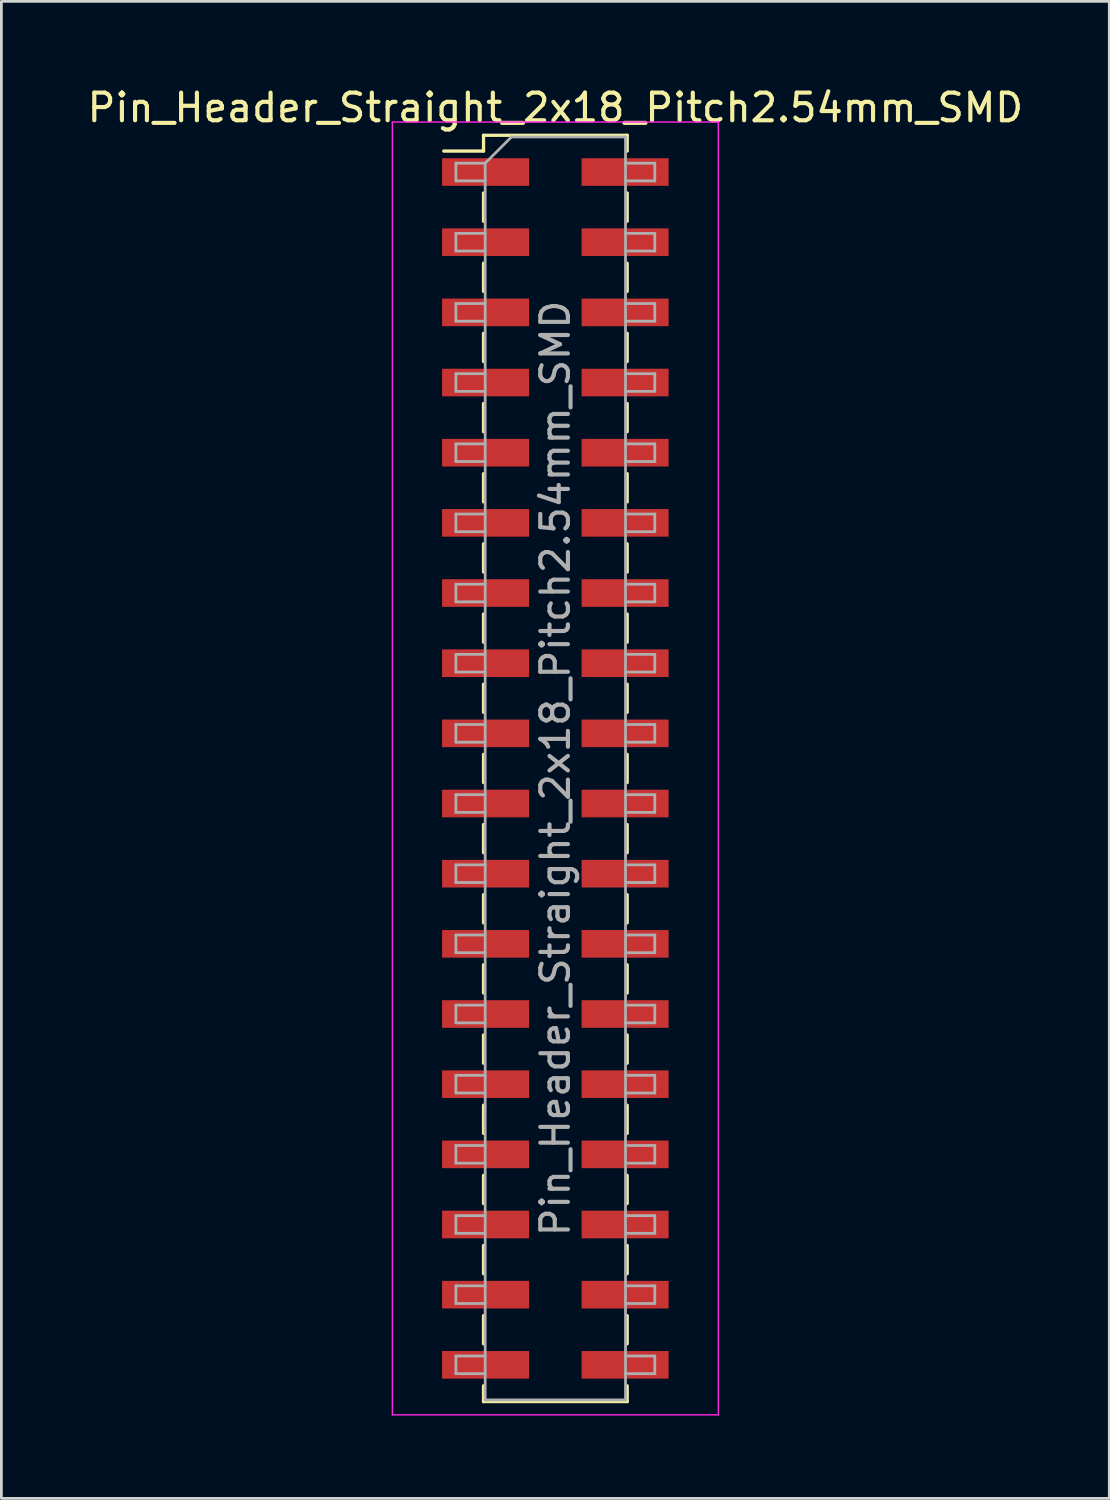
<source format=kicad_pcb>
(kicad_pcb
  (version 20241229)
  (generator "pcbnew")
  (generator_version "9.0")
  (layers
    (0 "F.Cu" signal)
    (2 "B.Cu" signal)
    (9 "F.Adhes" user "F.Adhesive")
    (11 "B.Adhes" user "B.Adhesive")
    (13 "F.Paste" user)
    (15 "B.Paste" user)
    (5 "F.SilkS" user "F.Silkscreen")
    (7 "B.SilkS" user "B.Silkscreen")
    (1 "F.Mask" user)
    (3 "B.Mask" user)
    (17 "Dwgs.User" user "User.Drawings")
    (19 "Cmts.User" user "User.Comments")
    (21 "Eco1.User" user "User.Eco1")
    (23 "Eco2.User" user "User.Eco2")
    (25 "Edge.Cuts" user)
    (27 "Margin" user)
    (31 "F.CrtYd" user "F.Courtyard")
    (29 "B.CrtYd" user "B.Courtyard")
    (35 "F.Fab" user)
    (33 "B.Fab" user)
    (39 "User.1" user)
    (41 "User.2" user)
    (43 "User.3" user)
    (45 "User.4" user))
  (footprint "Pin_Header_Straight_2x18_Pitch2.54mm_SMD"
    (layer "F.Cu")
    (at 17.054 24.768)
    (property "Reference" "Pin_Header_Straight_2x18_Pitch2.54mm_SMD" (at 0 -23.92 0) (layer "F.SilkS") (effects (font (size 1 1) (thickness 0.15))))
    (attr smd)
    (fp_line (start -4.04 -22.35) (end -2.6 -22.35) (stroke (width 0.12) (type solid)) (layer "F.SilkS"))
    (fp_line (start -2.6 -22.92) (end -2.6 -22.35) (stroke (width 0.12) (type solid)) (layer "F.SilkS"))
    (fp_line (start -2.6 -22.92) (end 2.6 -22.92) (stroke (width 0.12) (type solid)) (layer "F.SilkS"))
    (fp_line (start -2.6 -20.83) (end -2.6 -19.81) (stroke (width 0.12) (type solid)) (layer "F.SilkS"))
    (fp_line (start -2.6 -18.29) (end -2.6 -17.27) (stroke (width 0.12) (type solid)) (layer "F.SilkS"))
    (fp_line (start -2.6 -15.75) (end -2.6 -14.73) (stroke (width 0.12) (type solid)) (layer "F.SilkS"))
    (fp_line (start -2.6 -13.21) (end -2.6 -12.19) (stroke (width 0.12) (type solid)) (layer "F.SilkS"))
    (fp_line (start -2.6 -10.67) (end -2.6 -9.65) (stroke (width 0.12) (type solid)) (layer "F.SilkS"))
    (fp_line (start -2.6 -8.13) (end -2.6 -7.11) (stroke (width 0.12) (type solid)) (layer "F.SilkS"))
    (fp_line (start -2.6 -5.59) (end -2.6 -4.57) (stroke (width 0.12) (type solid)) (layer "F.SilkS"))
    (fp_line (start -2.6 -3.05) (end -2.6 -2.03) (stroke (width 0.12) (type solid)) (layer "F.SilkS"))
    (fp_line (start -2.6 -0.51) (end -2.6 0.51) (stroke (width 0.12) (type solid)) (layer "F.SilkS"))
    (fp_line (start -2.6 2.03) (end -2.6 3.05) (stroke (width 0.12) (type solid)) (layer "F.SilkS"))
    (fp_line (start -2.6 4.57) (end -2.6 5.59) (stroke (width 0.12) (type solid)) (layer "F.SilkS"))
    (fp_line (start -2.6 7.11) (end -2.6 8.13) (stroke (width 0.12) (type solid)) (layer "F.SilkS"))
    (fp_line (start -2.6 9.65) (end -2.6 10.67) (stroke (width 0.12) (type solid)) (layer "F.SilkS"))
    (fp_line (start -2.6 12.19) (end -2.6 13.21) (stroke (width 0.12) (type solid)) (layer "F.SilkS"))
    (fp_line (start -2.6 14.73) (end -2.6 15.75) (stroke (width 0.12) (type solid)) (layer "F.SilkS"))
    (fp_line (start -2.6 17.27) (end -2.6 18.29) (stroke (width 0.12) (type solid)) (layer "F.SilkS"))
    (fp_line (start -2.6 19.81) (end -2.6 20.83) (stroke (width 0.12) (type solid)) (layer "F.SilkS"))
    (fp_line (start -2.6 22.35) (end -2.6 22.92) (stroke (width 0.12) (type solid)) (layer "F.SilkS"))
    (fp_line (start -2.6 22.92) (end 2.6 22.92) (stroke (width 0.12) (type solid)) (layer "F.SilkS"))
    (fp_line (start 2.6 -22.92) (end 2.6 -22.35) (stroke (width 0.12) (type solid)) (layer "F.SilkS"))
    (fp_line (start 2.6 -20.83) (end 2.6 -19.81) (stroke (width 0.12) (type solid)) (layer "F.SilkS"))
    (fp_line (start 2.6 -18.29) (end 2.6 -17.27) (stroke (width 0.12) (type solid)) (layer "F.SilkS"))
    (fp_line (start 2.6 -15.75) (end 2.6 -14.73) (stroke (width 0.12) (type solid)) (layer "F.SilkS"))
    (fp_line (start 2.6 -13.21) (end 2.6 -12.19) (stroke (width 0.12) (type solid)) (layer "F.SilkS"))
    (fp_line (start 2.6 -10.67) (end 2.6 -9.65) (stroke (width 0.12) (type solid)) (layer "F.SilkS"))
    (fp_line (start 2.6 -8.13) (end 2.6 -7.11) (stroke (width 0.12) (type solid)) (layer "F.SilkS"))
    (fp_line (start 2.6 -5.59) (end 2.6 -4.57) (stroke (width 0.12) (type solid)) (layer "F.SilkS"))
    (fp_line (start 2.6 -3.05) (end 2.6 -2.03) (stroke (width 0.12) (type solid)) (layer "F.SilkS"))
    (fp_line (start 2.6 -0.51) (end 2.6 0.51) (stroke (width 0.12) (type solid)) (layer "F.SilkS"))
    (fp_line (start 2.6 2.03) (end 2.6 3.05) (stroke (width 0.12) (type solid)) (layer "F.SilkS"))
    (fp_line (start 2.6 4.57) (end 2.6 5.59) (stroke (width 0.12) (type solid)) (layer "F.SilkS"))
    (fp_line (start 2.6 7.11) (end 2.6 8.13) (stroke (width 0.12) (type solid)) (layer "F.SilkS"))
    (fp_line (start 2.6 9.65) (end 2.6 10.67) (stroke (width 0.12) (type solid)) (layer "F.SilkS"))
    (fp_line (start 2.6 12.19) (end 2.6 13.21) (stroke (width 0.12) (type solid)) (layer "F.SilkS"))
    (fp_line (start 2.6 14.73) (end 2.6 15.75) (stroke (width 0.12) (type solid)) (layer "F.SilkS"))
    (fp_line (start 2.6 17.27) (end 2.6 18.29) (stroke (width 0.12) (type solid)) (layer "F.SilkS"))
    (fp_line (start 2.6 19.81) (end 2.6 20.83) (stroke (width 0.12) (type solid)) (layer "F.SilkS"))
    (fp_line (start 2.6 22.35) (end 2.6 22.92) (stroke (width 0.12) (type solid)) (layer "F.SilkS"))
    (fp_line (start -5.9 -23.4) (end -5.9 23.4) (stroke (width 0.05) (type solid)) (layer "F.CrtYd"))
    (fp_line (start -5.9 23.4) (end 5.9 23.4) (stroke (width 0.05) (type solid)) (layer "F.CrtYd"))
    (fp_line (start 5.9 -23.4) (end -5.9 -23.4) (stroke (width 0.05) (type solid)) (layer "F.CrtYd"))
    (fp_line (start 5.9 23.4) (end 5.9 -23.4) (stroke (width 0.05) (type solid)) (layer "F.CrtYd"))
    (fp_line (start -3.6 -21.91) (end -3.6 -21.27) (stroke (width 0.1) (type solid)) (layer "F.Fab"))
    (fp_line (start -3.6 -21.27) (end -2.54 -21.27) (stroke (width 0.1) (type solid)) (layer "F.Fab"))
    (fp_line (start -3.6 -19.37) (end -3.6 -18.73) (stroke (width 0.1) (type solid)) (layer "F.Fab"))
    (fp_line (start -3.6 -18.73) (end -2.54 -18.73) (stroke (width 0.1) (type solid)) (layer "F.Fab"))
    (fp_line (start -3.6 -16.83) (end -3.6 -16.19) (stroke (width 0.1) (type solid)) (layer "F.Fab"))
    (fp_line (start -3.6 -16.19) (end -2.54 -16.19) (stroke (width 0.1) (type solid)) (layer "F.Fab"))
    (fp_line (start -3.6 -14.29) (end -3.6 -13.65) (stroke (width 0.1) (type solid)) (layer "F.Fab"))
    (fp_line (start -3.6 -13.65) (end -2.54 -13.65) (stroke (width 0.1) (type solid)) (layer "F.Fab"))
    (fp_line (start -3.6 -11.75) (end -3.6 -11.11) (stroke (width 0.1) (type solid)) (layer "F.Fab"))
    (fp_line (start -3.6 -11.11) (end -2.54 -11.11) (stroke (width 0.1) (type solid)) (layer "F.Fab"))
    (fp_line (start -3.6 -9.21) (end -3.6 -8.57) (stroke (width 0.1) (type solid)) (layer "F.Fab"))
    (fp_line (start -3.6 -8.57) (end -2.54 -8.57) (stroke (width 0.1) (type solid)) (layer "F.Fab"))
    (fp_line (start -3.6 -6.67) (end -3.6 -6.03) (stroke (width 0.1) (type solid)) (layer "F.Fab"))
    (fp_line (start -3.6 -6.03) (end -2.54 -6.03) (stroke (width 0.1) (type solid)) (layer "F.Fab"))
    (fp_line (start -3.6 -4.13) (end -3.6 -3.49) (stroke (width 0.1) (type solid)) (layer "F.Fab"))
    (fp_line (start -3.6 -3.49) (end -2.54 -3.49) (stroke (width 0.1) (type solid)) (layer "F.Fab"))
    (fp_line (start -3.6 -1.59) (end -3.6 -0.95) (stroke (width 0.1) (type solid)) (layer "F.Fab"))
    (fp_line (start -3.6 -0.95) (end -2.54 -0.95) (stroke (width 0.1) (type solid)) (layer "F.Fab"))
    (fp_line (start -3.6 0.95) (end -3.6 1.59) (stroke (width 0.1) (type solid)) (layer "F.Fab"))
    (fp_line (start -3.6 1.59) (end -2.54 1.59) (stroke (width 0.1) (type solid)) (layer "F.Fab"))
    (fp_line (start -3.6 3.49) (end -3.6 4.13) (stroke (width 0.1) (type solid)) (layer "F.Fab"))
    (fp_line (start -3.6 4.13) (end -2.54 4.13) (stroke (width 0.1) (type solid)) (layer "F.Fab"))
    (fp_line (start -3.6 6.03) (end -3.6 6.67) (stroke (width 0.1) (type solid)) (layer "F.Fab"))
    (fp_line (start -3.6 6.67) (end -2.54 6.67) (stroke (width 0.1) (type solid)) (layer "F.Fab"))
    (fp_line (start -3.6 8.57) (end -3.6 9.21) (stroke (width 0.1) (type solid)) (layer "F.Fab"))
    (fp_line (start -3.6 9.21) (end -2.54 9.21) (stroke (width 0.1) (type solid)) (layer "F.Fab"))
    (fp_line (start -3.6 11.11) (end -3.6 11.75) (stroke (width 0.1) (type solid)) (layer "F.Fab"))
    (fp_line (start -3.6 11.75) (end -2.54 11.75) (stroke (width 0.1) (type solid)) (layer "F.Fab"))
    (fp_line (start -3.6 13.65) (end -3.6 14.29) (stroke (width 0.1) (type solid)) (layer "F.Fab"))
    (fp_line (start -3.6 14.29) (end -2.54 14.29) (stroke (width 0.1) (type solid)) (layer "F.Fab"))
    (fp_line (start -3.6 16.19) (end -3.6 16.83) (stroke (width 0.1) (type solid)) (layer "F.Fab"))
    (fp_line (start -3.6 16.83) (end -2.54 16.83) (stroke (width 0.1) (type solid)) (layer "F.Fab"))
    (fp_line (start -3.6 18.73) (end -3.6 19.37) (stroke (width 0.1) (type solid)) (layer "F.Fab"))
    (fp_line (start -3.6 19.37) (end -2.54 19.37) (stroke (width 0.1) (type solid)) (layer "F.Fab"))
    (fp_line (start -3.6 21.27) (end -3.6 21.91) (stroke (width 0.1) (type solid)) (layer "F.Fab"))
    (fp_line (start -3.6 21.91) (end -2.54 21.91) (stroke (width 0.1) (type solid)) (layer "F.Fab"))
    (fp_line (start -2.54 -21.91) (end -3.6 -21.91) (stroke (width 0.1) (type solid)) (layer "F.Fab"))
    (fp_line (start -2.54 -21.91) (end -1.59 -22.86) (stroke (width 0.1) (type solid)) (layer "F.Fab"))
    (fp_line (start -2.54 -19.37) (end -3.6 -19.37) (stroke (width 0.1) (type solid)) (layer "F.Fab"))
    (fp_line (start -2.54 -16.83) (end -3.6 -16.83) (stroke (width 0.1) (type solid)) (layer "F.Fab"))
    (fp_line (start -2.54 -14.29) (end -3.6 -14.29) (stroke (width 0.1) (type solid)) (layer "F.Fab"))
    (fp_line (start -2.54 -11.75) (end -3.6 -11.75) (stroke (width 0.1) (type solid)) (layer "F.Fab"))
    (fp_line (start -2.54 -9.21) (end -3.6 -9.21) (stroke (width 0.1) (type solid)) (layer "F.Fab"))
    (fp_line (start -2.54 -6.67) (end -3.6 -6.67) (stroke (width 0.1) (type solid)) (layer "F.Fab"))
    (fp_line (start -2.54 -4.13) (end -3.6 -4.13) (stroke (width 0.1) (type solid)) (layer "F.Fab"))
    (fp_line (start -2.54 -1.59) (end -3.6 -1.59) (stroke (width 0.1) (type solid)) (layer "F.Fab"))
    (fp_line (start -2.54 0.95) (end -3.6 0.95) (stroke (width 0.1) (type solid)) (layer "F.Fab"))
    (fp_line (start -2.54 3.49) (end -3.6 3.49) (stroke (width 0.1) (type solid)) (layer "F.Fab"))
    (fp_line (start -2.54 6.03) (end -3.6 6.03) (stroke (width 0.1) (type solid)) (layer "F.Fab"))
    (fp_line (start -2.54 8.57) (end -3.6 8.57) (stroke (width 0.1) (type solid)) (layer "F.Fab"))
    (fp_line (start -2.54 11.11) (end -3.6 11.11) (stroke (width 0.1) (type solid)) (layer "F.Fab"))
    (fp_line (start -2.54 13.65) (end -3.6 13.65) (stroke (width 0.1) (type solid)) (layer "F.Fab"))
    (fp_line (start -2.54 16.19) (end -3.6 16.19) (stroke (width 0.1) (type solid)) (layer "F.Fab"))
    (fp_line (start -2.54 18.73) (end -3.6 18.73) (stroke (width 0.1) (type solid)) (layer "F.Fab"))
    (fp_line (start -2.54 21.27) (end -3.6 21.27) (stroke (width 0.1) (type solid)) (layer "F.Fab"))
    (fp_line (start -2.54 22.86) (end -2.54 -21.91) (stroke (width 0.1) (type solid)) (layer "F.Fab"))
    (fp_line (start -1.59 -22.86) (end 2.54 -22.86) (stroke (width 0.1) (type solid)) (layer "F.Fab"))
    (fp_line (start 2.54 -22.86) (end 2.54 22.86) (stroke (width 0.1) (type solid)) (layer "F.Fab"))
    (fp_line (start 2.54 -21.91) (end 3.6 -21.91) (stroke (width 0.1) (type solid)) (layer "F.Fab"))
    (fp_line (start 2.54 -19.37) (end 3.6 -19.37) (stroke (width 0.1) (type solid)) (layer "F.Fab"))
    (fp_line (start 2.54 -16.83) (end 3.6 -16.83) (stroke (width 0.1) (type solid)) (layer "F.Fab"))
    (fp_line (start 2.54 -14.29) (end 3.6 -14.29) (stroke (width 0.1) (type solid)) (layer "F.Fab"))
    (fp_line (start 2.54 -11.75) (end 3.6 -11.75) (stroke (width 0.1) (type solid)) (layer "F.Fab"))
    (fp_line (start 2.54 -9.21) (end 3.6 -9.21) (stroke (width 0.1) (type solid)) (layer "F.Fab"))
    (fp_line (start 2.54 -6.67) (end 3.6 -6.67) (stroke (width 0.1) (type solid)) (layer "F.Fab"))
    (fp_line (start 2.54 -4.13) (end 3.6 -4.13) (stroke (width 0.1) (type solid)) (layer "F.Fab"))
    (fp_line (start 2.54 -1.59) (end 3.6 -1.59) (stroke (width 0.1) (type solid)) (layer "F.Fab"))
    (fp_line (start 2.54 0.95) (end 3.6 0.95) (stroke (width 0.1) (type solid)) (layer "F.Fab"))
    (fp_line (start 2.54 3.49) (end 3.6 3.49) (stroke (width 0.1) (type solid)) (layer "F.Fab"))
    (fp_line (start 2.54 6.03) (end 3.6 6.03) (stroke (width 0.1) (type solid)) (layer "F.Fab"))
    (fp_line (start 2.54 8.57) (end 3.6 8.57) (stroke (width 0.1) (type solid)) (layer "F.Fab"))
    (fp_line (start 2.54 11.11) (end 3.6 11.11) (stroke (width 0.1) (type solid)) (layer "F.Fab"))
    (fp_line (start 2.54 13.65) (end 3.6 13.65) (stroke (width 0.1) (type solid)) (layer "F.Fab"))
    (fp_line (start 2.54 16.19) (end 3.6 16.19) (stroke (width 0.1) (type solid)) (layer "F.Fab"))
    (fp_line (start 2.54 18.73) (end 3.6 18.73) (stroke (width 0.1) (type solid)) (layer "F.Fab"))
    (fp_line (start 2.54 21.27) (end 3.6 21.27) (stroke (width 0.1) (type solid)) (layer "F.Fab"))
    (fp_line (start 2.54 22.86) (end -2.54 22.86) (stroke (width 0.1) (type solid)) (layer "F.Fab"))
    (fp_line (start 3.6 -21.91) (end 3.6 -21.27) (stroke (width 0.1) (type solid)) (layer "F.Fab"))
    (fp_line (start 3.6 -21.27) (end 2.54 -21.27) (stroke (width 0.1) (type solid)) (layer "F.Fab"))
    (fp_line (start 3.6 -19.37) (end 3.6 -18.73) (stroke (width 0.1) (type solid)) (layer "F.Fab"))
    (fp_line (start 3.6 -18.73) (end 2.54 -18.73) (stroke (width 0.1) (type solid)) (layer "F.Fab"))
    (fp_line (start 3.6 -16.83) (end 3.6 -16.19) (stroke (width 0.1) (type solid)) (layer "F.Fab"))
    (fp_line (start 3.6 -16.19) (end 2.54 -16.19) (stroke (width 0.1) (type solid)) (layer "F.Fab"))
    (fp_line (start 3.6 -14.29) (end 3.6 -13.65) (stroke (width 0.1) (type solid)) (layer "F.Fab"))
    (fp_line (start 3.6 -13.65) (end 2.54 -13.65) (stroke (width 0.1) (type solid)) (layer "F.Fab"))
    (fp_line (start 3.6 -11.75) (end 3.6 -11.11) (stroke (width 0.1) (type solid)) (layer "F.Fab"))
    (fp_line (start 3.6 -11.11) (end 2.54 -11.11) (stroke (width 0.1) (type solid)) (layer "F.Fab"))
    (fp_line (start 3.6 -9.21) (end 3.6 -8.57) (stroke (width 0.1) (type solid)) (layer "F.Fab"))
    (fp_line (start 3.6 -8.57) (end 2.54 -8.57) (stroke (width 0.1) (type solid)) (layer "F.Fab"))
    (fp_line (start 3.6 -6.67) (end 3.6 -6.03) (stroke (width 0.1) (type solid)) (layer "F.Fab"))
    (fp_line (start 3.6 -6.03) (end 2.54 -6.03) (stroke (width 0.1) (type solid)) (layer "F.Fab"))
    (fp_line (start 3.6 -4.13) (end 3.6 -3.49) (stroke (width 0.1) (type solid)) (layer "F.Fab"))
    (fp_line (start 3.6 -3.49) (end 2.54 -3.49) (stroke (width 0.1) (type solid)) (layer "F.Fab"))
    (fp_line (start 3.6 -1.59) (end 3.6 -0.95) (stroke (width 0.1) (type solid)) (layer "F.Fab"))
    (fp_line (start 3.6 -0.95) (end 2.54 -0.95) (stroke (width 0.1) (type solid)) (layer "F.Fab"))
    (fp_line (start 3.6 0.95) (end 3.6 1.59) (stroke (width 0.1) (type solid)) (layer "F.Fab"))
    (fp_line (start 3.6 1.59) (end 2.54 1.59) (stroke (width 0.1) (type solid)) (layer "F.Fab"))
    (fp_line (start 3.6 3.49) (end 3.6 4.13) (stroke (width 0.1) (type solid)) (layer "F.Fab"))
    (fp_line (start 3.6 4.13) (end 2.54 4.13) (stroke (width 0.1) (type solid)) (layer "F.Fab"))
    (fp_line (start 3.6 6.03) (end 3.6 6.67) (stroke (width 0.1) (type solid)) (layer "F.Fab"))
    (fp_line (start 3.6 6.67) (end 2.54 6.67) (stroke (width 0.1) (type solid)) (layer "F.Fab"))
    (fp_line (start 3.6 8.57) (end 3.6 9.21) (stroke (width 0.1) (type solid)) (layer "F.Fab"))
    (fp_line (start 3.6 9.21) (end 2.54 9.21) (stroke (width 0.1) (type solid)) (layer "F.Fab"))
    (fp_line (start 3.6 11.11) (end 3.6 11.75) (stroke (width 0.1) (type solid)) (layer "F.Fab"))
    (fp_line (start 3.6 11.75) (end 2.54 11.75) (stroke (width 0.1) (type solid)) (layer "F.Fab"))
    (fp_line (start 3.6 13.65) (end 3.6 14.29) (stroke (width 0.1) (type solid)) (layer "F.Fab"))
    (fp_line (start 3.6 14.29) (end 2.54 14.29) (stroke (width 0.1) (type solid)) (layer "F.Fab"))
    (fp_line (start 3.6 16.19) (end 3.6 16.83) (stroke (width 0.1) (type solid)) (layer "F.Fab"))
    (fp_line (start 3.6 16.83) (end 2.54 16.83) (stroke (width 0.1) (type solid)) (layer "F.Fab"))
    (fp_line (start 3.6 18.73) (end 3.6 19.37) (stroke (width 0.1) (type solid)) (layer "F.Fab"))
    (fp_line (start 3.6 19.37) (end 2.54 19.37) (stroke (width 0.1) (type solid)) (layer "F.Fab"))
    (fp_line (start 3.6 21.27) (end 3.6 21.91) (stroke (width 0.1) (type solid)) (layer "F.Fab"))
    (fp_line (start 3.6 21.91) (end 2.54 21.91) (stroke (width 0.1) (type solid)) (layer "F.Fab"))
    (fp_text user "${REFERENCE}" (at 0 0 90) (layer "F.Fab") (effects (font (size 1 1) (thickness 0.15))))
    (pad "1" smd rect (at -2.525 -21.59) (size 3.15 1) (layers "F.Cu" "F.Mask" "F.Paste"))
    (pad "2" smd rect (at 2.525 -21.59) (size 3.15 1) (layers "F.Cu" "F.Mask" "F.Paste"))
    (pad "3" smd rect (at -2.525 -19.05) (size 3.15 1) (layers "F.Cu" "F.Mask" "F.Paste"))
    (pad "4" smd rect (at 2.525 -19.05) (size 3.15 1) (layers "F.Cu" "F.Mask" "F.Paste"))
    (pad "5" smd rect (at -2.525 -16.51) (size 3.15 1) (layers "F.Cu" "F.Mask" "F.Paste"))
    (pad "6" smd rect (at 2.525 -16.51) (size 3.15 1) (layers "F.Cu" "F.Mask" "F.Paste"))
    (pad "7" smd rect (at -2.525 -13.97) (size 3.15 1) (layers "F.Cu" "F.Mask" "F.Paste"))
    (pad "8" smd rect (at 2.525 -13.97) (size 3.15 1) (layers "F.Cu" "F.Mask" "F.Paste"))
    (pad "9" smd rect (at -2.525 -11.43) (size 3.15 1) (layers "F.Cu" "F.Mask" "F.Paste"))
    (pad "10" smd rect (at 2.525 -11.43) (size 3.15 1) (layers "F.Cu" "F.Mask" "F.Paste"))
    (pad "11" smd rect (at -2.525 -8.89) (size 3.15 1) (layers "F.Cu" "F.Mask" "F.Paste"))
    (pad "12" smd rect (at 2.525 -8.89) (size 3.15 1) (layers "F.Cu" "F.Mask" "F.Paste"))
    (pad "13" smd rect (at -2.525 -6.35) (size 3.15 1) (layers "F.Cu" "F.Mask" "F.Paste"))
    (pad "14" smd rect (at 2.525 -6.35) (size 3.15 1) (layers "F.Cu" "F.Mask" "F.Paste"))
    (pad "15" smd rect (at -2.525 -3.81) (size 3.15 1) (layers "F.Cu" "F.Mask" "F.Paste"))
    (pad "16" smd rect (at 2.525 -3.81) (size 3.15 1) (layers "F.Cu" "F.Mask" "F.Paste"))
    (pad "17" smd rect (at -2.525 -1.27) (size 3.15 1) (layers "F.Cu" "F.Mask" "F.Paste"))
    (pad "18" smd rect (at 2.525 -1.27) (size 3.15 1) (layers "F.Cu" "F.Mask" "F.Paste"))
    (pad "19" smd rect (at -2.525 1.27) (size 3.15 1) (layers "F.Cu" "F.Mask" "F.Paste"))
    (pad "20" smd rect (at 2.525 1.27) (size 3.15 1) (layers "F.Cu" "F.Mask" "F.Paste"))
    (pad "21" smd rect (at -2.525 3.81) (size 3.15 1) (layers "F.Cu" "F.Mask" "F.Paste"))
    (pad "22" smd rect (at 2.525 3.81) (size 3.15 1) (layers "F.Cu" "F.Mask" "F.Paste"))
    (pad "23" smd rect (at -2.525 6.35) (size 3.15 1) (layers "F.Cu" "F.Mask" "F.Paste"))
    (pad "24" smd rect (at 2.525 6.35) (size 3.15 1) (layers "F.Cu" "F.Mask" "F.Paste"))
    (pad "25" smd rect (at -2.525 8.89) (size 3.15 1) (layers "F.Cu" "F.Mask" "F.Paste"))
    (pad "26" smd rect (at 2.525 8.89) (size 3.15 1) (layers "F.Cu" "F.Mask" "F.Paste"))
    (pad "27" smd rect (at -2.525 11.43) (size 3.15 1) (layers "F.Cu" "F.Mask" "F.Paste"))
    (pad "28" smd rect (at 2.525 11.43) (size 3.15 1) (layers "F.Cu" "F.Mask" "F.Paste"))
    (pad "29" smd rect (at -2.525 13.97) (size 3.15 1) (layers "F.Cu" "F.Mask" "F.Paste"))
    (pad "30" smd rect (at 2.525 13.97) (size 3.15 1) (layers "F.Cu" "F.Mask" "F.Paste"))
    (pad "31" smd rect (at -2.525 16.51) (size 3.15 1) (layers "F.Cu" "F.Mask" "F.Paste"))
    (pad "32" smd rect (at 2.525 16.51) (size 3.15 1) (layers "F.Cu" "F.Mask" "F.Paste"))
    (pad "33" smd rect (at -2.525 19.05) (size 3.15 1) (layers "F.Cu" "F.Mask" "F.Paste"))
    (pad "34" smd rect (at 2.525 19.05) (size 3.15 1) (layers "F.Cu" "F.Mask" "F.Paste"))
    (pad "35" smd rect (at -2.525 21.59) (size 3.15 1) (layers "F.Cu" "F.Mask" "F.Paste"))
    (pad "36" smd rect (at 2.525 21.59) (size 3.15 1) (layers "F.Cu" "F.Mask" "F.Paste")))
  (gr_rect
    (start -3 -3)
    (end 37.107 51.193)
    (stroke (width 0.1) (type default))
    (fill no)
    (layer "Edge.Cuts")))
</source>
